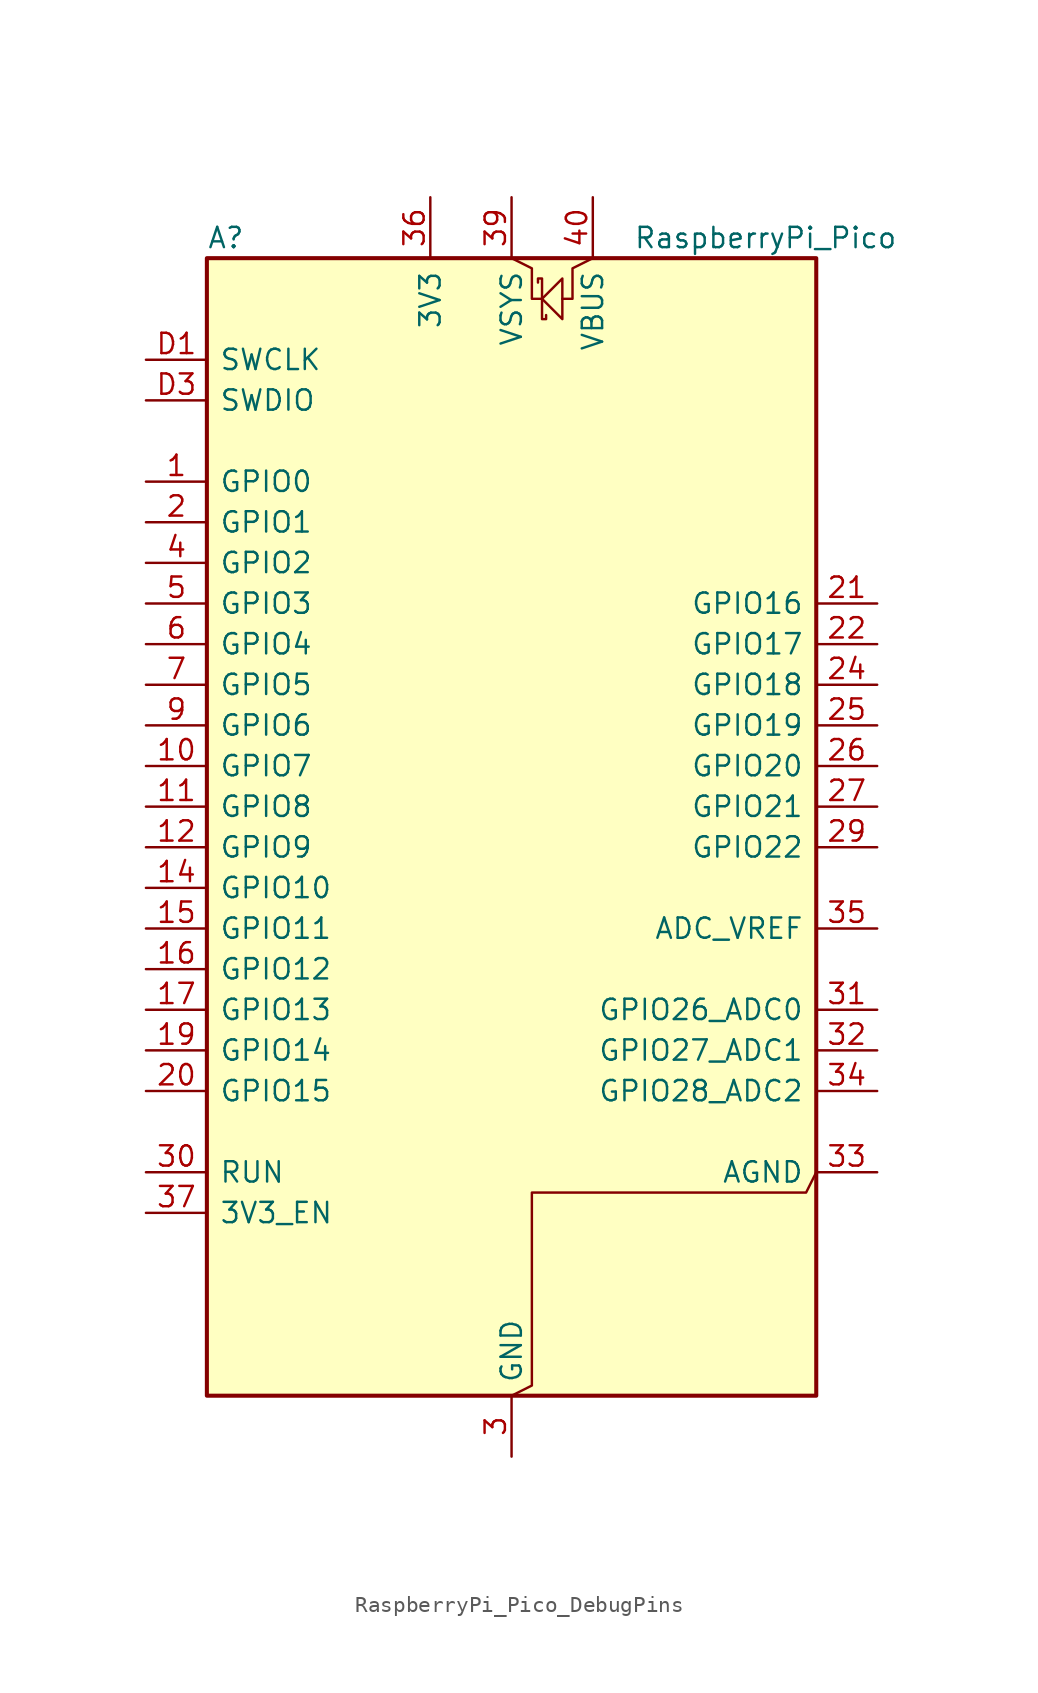
<source format=kicad_sym>
(kicad_symbol_lib
  (version 20231120)
  (generator "kicad_symbol_editor")
  (generator_version "8.0")
  (symbol "RaspberryPi_Pico_DebugPins"
    (pin_names
      (offset 0.762))
    (property "Reference" "A"
      (at -19.05 38.1 0)
      (effects (font (size 1.27 1.27)) (justify left)))
    (property "Value" "RaspberryPi_Pico"
      (at 7.62 38.1 0)
      (effects (font (size 1.27 1.27)) (justify left)))
    (symbol "RaspberryPi_Pico_DebugPins_0_1"
      (rectangle (start -19.05 36.83) (end 19.05 -34.29) (stroke (width 0.254) (type default)) (fill (type background)))
      (polyline (pts (xy 0 36.83) (xy 1.27 36.195) (xy 1.27 34.29) (xy 1.905 34.29)) (stroke (width 0) (type default)) (fill (type none)))
      (polyline (pts (xy 1.905 34.29) (xy 3.175 35.56) (xy 3.175 33.02) (xy 1.905 34.29)) (stroke (width 0) (type default)) (fill (type none)))
      (polyline (pts (xy 5.08 36.83) (xy 3.81 36.195) (xy 3.81 34.29) (xy 3.175 34.29)) (stroke (width 0) (type default)) (fill (type none)))
      (polyline (pts (xy 0 -34.29) (xy 1.27 -33.655) (xy 1.27 -21.59) (xy 18.415 -21.59) (xy 19.05 -20.32)) (stroke (width 0) (type default)) (fill (type none)))
      (polyline (pts (xy 1.651 35.306) (xy 1.651 35.56) (xy 1.905 35.56) (xy 1.905 33.02) (xy 2.159 33.02) (xy 2.159 33.274)) (stroke (width 0) (type default)) (fill (type none))))
    (symbol "RaspberryPi_Pico_DebugPins_1_1"
      (pin bidirectional line (at -22.86 22.86 0) (length 3.81) (name "GPIO0" (effects (font (size 1.27 1.27)))) (number "1" (effects (font (size 1.27 1.27)))) (alternate "I2C0_SDA" bidirectional line) (alternate "PWM0_A" output line) (alternate "SPI0_RX" input line) (alternate "UART0_TX" output line) (alternate "USB_OVCUR_DET" input line))
      (pin bidirectional line (at -22.86 5.08 0) (length 3.81) (name "GPIO7" (effects (font (size 1.27 1.27)))) (number "10" (effects (font (size 1.27 1.27)))) (alternate "I2C1_SCL" bidirectional clock) (alternate "PWM3_B" bidirectional line) (alternate "SPI0_TX" output line) (alternate "UART1_RTS" output line) (alternate "USB_VBUS_DET" input line))
      (pin bidirectional line (at -22.86 2.54 0) (length 3.81) (name "GPIO8" (effects (font (size 1.27 1.27)))) (number "11" (effects (font (size 1.27 1.27)))) (alternate "I2C0_SDA" bidirectional line) (alternate "PWM4_A" output line) (alternate "SPI1_RX" input line) (alternate "UART1_TX" output line) (alternate "USB_VBUS_EN" output line))
      (pin bidirectional line (at -22.86 0 0) (length 3.81) (name "GPIO9" (effects (font (size 1.27 1.27)))) (number "12" (effects (font (size 1.27 1.27)))) (alternate "I2C0_SCL" bidirectional clock) (alternate "PWM4_B" bidirectional line) (alternate "UART1_RX" input line) (alternate "USB_OVCUR_DET" input line) (alternate "~{SPI1_CSn}" bidirectional line))
      (pin passive line (at 0 -38.1 90) (length 3.81) hide (name "GND" (effects (font (size 1.27 1.27)))) (number "13" (effects (font (size 1.27 1.27)))))
      (pin bidirectional line (at -22.86 -2.54 0) (length 3.81) (name "GPIO10" (effects (font (size 1.27 1.27)))) (number "14" (effects (font (size 1.27 1.27)))) (alternate "I2C1_SDA" bidirectional line) (alternate "PWM5_A" output line) (alternate "SPI1_SCK" bidirectional clock) (alternate "UART1_CTS" input line) (alternate "USB_VBUS_DET" input line))
      (pin bidirectional line (at -22.86 -5.08 0) (length 3.81) (name "GPIO11" (effects (font (size 1.27 1.27)))) (number "15" (effects (font (size 1.27 1.27)))) (alternate "I2C1_SCL" bidirectional clock) (alternate "PWM5_B" bidirectional line) (alternate "SPI1_TX" output line) (alternate "UART1_RTS" output line) (alternate "USB_VBUS_EN" output line))
      (pin bidirectional line (at -22.86 -7.62 0) (length 3.81) (name "GPIO12" (effects (font (size 1.27 1.27)))) (number "16" (effects (font (size 1.27 1.27)))) (alternate "I2C0_SDA" bidirectional line) (alternate "PWM6_A" output line) (alternate "SPI1_RX" input line) (alternate "UART0_TX" output line) (alternate "USB_OVCUR_DET" input line))
      (pin bidirectional line (at -22.86 -10.16 0) (length 3.81) (name "GPIO13" (effects (font (size 1.27 1.27)))) (number "17" (effects (font (size 1.27 1.27)))) (alternate "I2C0_SCL" bidirectional clock) (alternate "PWM6_B" bidirectional line) (alternate "UART0_RX" input line) (alternate "USB_VBUS_DET" input line) (alternate "~{SPI1_CSn}" bidirectional line))
      (pin passive line (at 0 -38.1 90) (length 3.81) hide (name "GND" (effects (font (size 1.27 1.27)))) (number "18" (effects (font (size 1.27 1.27)))))
      (pin bidirectional line (at -22.86 -12.7 0) (length 3.81) (name "GPIO14" (effects (font (size 1.27 1.27)))) (number "19" (effects (font (size 1.27 1.27)))) (alternate "I2C1_SDA" bidirectional line) (alternate "PWM7_A" output line) (alternate "SPI1_SCK" bidirectional clock) (alternate "UART0_CTS" input line) (alternate "USB_VBUS_EN" output line))
      (pin bidirectional line (at -22.86 20.32 0) (length 3.81) (name "GPIO1" (effects (font (size 1.27 1.27)))) (number "2" (effects (font (size 1.27 1.27)))) (alternate "I2C0_SCL" bidirectional clock) (alternate "PWM0_B" bidirectional line) (alternate "UART0_RX" input line) (alternate "USB_VBUS_DET" passive line) (alternate "~{SPI0_CSn}" bidirectional line))
      (pin bidirectional line (at -22.86 -15.24 0) (length 3.81) (name "GPIO15" (effects (font (size 1.27 1.27)))) (number "20" (effects (font (size 1.27 1.27)))) (alternate "I2C1_SCL" bidirectional clock) (alternate "PWM7_B" bidirectional line) (alternate "SPI1_TX" output line) (alternate "UART0_RTS" output line) (alternate "USB_OVCUR_DET" input line))
      (pin bidirectional line (at 22.86 15.24 180) (length 3.81) (name "GPIO16" (effects (font (size 1.27 1.27)))) (number "21" (effects (font (size 1.27 1.27)))) (alternate "I2C0_SDA" bidirectional line) (alternate "PWM0_A" output line) (alternate "SPI0_RX" input line) (alternate "UART0_TX" output line) (alternate "USB_VBUS_DET" input line))
      (pin bidirectional line (at 22.86 12.7 180) (length 3.81) (name "GPIO17" (effects (font (size 1.27 1.27)))) (number "22" (effects (font (size 1.27 1.27)))) (alternate "I2C0_SCL" bidirectional clock) (alternate "PWM0_B" bidirectional line) (alternate "UART0_RX" input line) (alternate "USB_VBUS_EN" output line) (alternate "~{SPI0_CSn}" bidirectional line))
      (pin passive line (at 0 -38.1 90) (length 3.81) hide (name "GND" (effects (font (size 1.27 1.27)))) (number "23" (effects (font (size 1.27 1.27)))))
      (pin bidirectional line (at 22.86 10.16 180) (length 3.81) (name "GPIO18" (effects (font (size 1.27 1.27)))) (number "24" (effects (font (size 1.27 1.27)))) (alternate "I2C1_SDA" bidirectional line) (alternate "PWM1_A" output line) (alternate "SPI0_SCK" bidirectional clock) (alternate "UART0_CTS" input line) (alternate "USB_OVCUR_DET" input line))
      (pin bidirectional line (at 22.86 7.62 180) (length 3.81) (name "GPIO19" (effects (font (size 1.27 1.27)))) (number "25" (effects (font (size 1.27 1.27)))) (alternate "I2C1_SCL" bidirectional clock) (alternate "PWM1_B" bidirectional line) (alternate "SPI0_TX" output line) (alternate "UART0_RTS" output line) (alternate "USB_VBUS_DET" input line))
      (pin bidirectional line (at 22.86 5.08 180) (length 3.81) (name "GPIO20" (effects (font (size 1.27 1.27)))) (number "26" (effects (font (size 1.27 1.27)))) (alternate "CLOCK_GPIN0" input clock) (alternate "I2C0_SDA" bidirectional line) (alternate "PWM2_A" output line) (alternate "SPI0_RX" input line) (alternate "UART1_TX" output line) (alternate "USB_VBUS_EN" output line))
      (pin bidirectional line (at 22.86 2.54 180) (length 3.81) (name "GPIO21" (effects (font (size 1.27 1.27)))) (number "27" (effects (font (size 1.27 1.27)))) (alternate "CLOCK_GPOUT0" output clock) (alternate "I2C0_SCL" bidirectional clock) (alternate "PWM2_B" bidirectional line) (alternate "UART1_RX" input line) (alternate "USB_OVCUR_DET" input line) (alternate "~{SPI0_CSn}" bidirectional line))
      (pin passive line (at 0 -38.1 90) (length 3.81) hide (name "GND" (effects (font (size 1.27 1.27)))) (number "28" (effects (font (size 1.27 1.27)))))
      (pin bidirectional line (at 22.86 0 180) (length 3.81) (name "GPIO22" (effects (font (size 1.27 1.27)))) (number "29" (effects (font (size 1.27 1.27)))) (alternate "CLOCK_GPIN1" input clock) (alternate "I2C1_SDA" bidirectional line) (alternate "PWM3_A" output line) (alternate "SPI0_SCK" bidirectional clock) (alternate "UART1_CTS" input line) (alternate "USB_VBUS_DET" input line))
      (pin power_out line (at 0 -38.1 90) (length 3.81) (name "GND" (effects (font (size 1.27 1.27)))) (number "3" (effects (font (size 1.27 1.27)))) (alternate "GND_IN" power_in line))
      (pin input line (at -22.86 -20.32 0) (length 3.81) (name "RUN" (effects (font (size 1.27 1.27)))) (number "30" (effects (font (size 1.27 1.27)))) (alternate "~{RESET}" input line))
      (pin bidirectional line (at 22.86 -10.16 180) (length 3.81) (name "GPIO26_ADC0" (effects (font (size 1.27 1.27)))) (number "31" (effects (font (size 1.27 1.27)))) (alternate "ADC0" input line) (alternate "GPIO26" bidirectional line) (alternate "I2C1_SDA" bidirectional line) (alternate "PWM5_A" output line) (alternate "SPI1_SCK" bidirectional clock) (alternate "UART1_CTS" input line) (alternate "USB_VBUS_EN" output line))
      (pin bidirectional line (at 22.86 -12.7 180) (length 3.81) (name "GPIO27_ADC1" (effects (font (size 1.27 1.27)))) (number "32" (effects (font (size 1.27 1.27)))) (alternate "ADC1" input line) (alternate "GPIO27" bidirectional line) (alternate "I2C1_SCL" bidirectional clock) (alternate "PWM5_B" bidirectional line) (alternate "SPI1_TX" output line) (alternate "UART1_RTS" output line) (alternate "USB_OVCUR_DET" input line))
      (pin power_out line (at 22.86 -20.32 180) (length 3.81) (name "AGND" (effects (font (size 1.27 1.27)))) (number "33" (effects (font (size 1.27 1.27)))) (alternate "GND" passive line))
      (pin bidirectional line (at 22.86 -15.24 180) (length 3.81) (name "GPIO28_ADC2" (effects (font (size 1.27 1.27)))) (number "34" (effects (font (size 1.27 1.27)))) (alternate "ADC2" input line) (alternate "GPIO28" bidirectional line) (alternate "I2C0_SDA" bidirectional line) (alternate "PWM6_A" output line) (alternate "SPI1_RX" input line) (alternate "UART0_TX" output line) (alternate "USB_VBUS_DET" input line))
      (pin power_in line (at 22.86 -5.08 180) (length 3.81) (name "ADC_VREF" (effects (font (size 1.27 1.27)))) (number "35" (effects (font (size 1.27 1.27)))))
      (pin power_out line (at -5.08 40.64 270) (length 3.81) (name "3V3" (effects (font (size 1.27 1.27)))) (number "36" (effects (font (size 1.27 1.27)))))
      (pin input line (at -22.86 -22.86 0) (length 3.81) (name "3V3_EN" (effects (font (size 1.27 1.27)))) (number "37" (effects (font (size 1.27 1.27)))) (alternate "~{3V3_DISABLE}" input line))
      (pin passive line (at 0 -38.1 90) (length 3.81) hide (name "GND" (effects (font (size 1.27 1.27)))) (number "38" (effects (font (size 1.27 1.27)))))
      (pin power_in line (at 0 40.64 270) (length 3.81) (name "VSYS" (effects (font (size 1.27 1.27)))) (number "39" (effects (font (size 1.27 1.27)))) (alternate "VSYS_OUT" power_out line))
      (pin bidirectional line (at -22.86 17.78 0) (length 3.81) (name "GPIO2" (effects (font (size 1.27 1.27)))) (number "4" (effects (font (size 1.27 1.27)))) (alternate "I2C1_SDA" bidirectional line) (alternate "PWM1_A" output line) (alternate "SPI0_SCK" bidirectional clock) (alternate "UART0_CTS" input line) (alternate "USB_VBUS_DET" input line))
      (pin power_out line (at 5.08 40.64 270) (length 3.81) (name "VBUS" (effects (font (size 1.27 1.27)))) (number "40" (effects (font (size 1.27 1.27)))) (alternate "VBUS_IN" power_in line))
      (pin bidirectional line (at -22.86 15.24 0) (length 3.81) (name "GPIO3" (effects (font (size 1.27 1.27)))) (number "5" (effects (font (size 1.27 1.27)))) (alternate "I2C1_SCL" bidirectional clock) (alternate "PWM1_B" bidirectional line) (alternate "SPI0_TX" output line) (alternate "UART0_RTS" output line) (alternate "USB_OVCUR_DET" input line))
      (pin bidirectional line (at -22.86 12.7 0) (length 3.81) (name "GPIO4" (effects (font (size 1.27 1.27)))) (number "6" (effects (font (size 1.27 1.27)))) (alternate "I2C0_SDA" bidirectional line) (alternate "PWM2_A" output line) (alternate "SPI0_RX" input line) (alternate "UART1_TX" output line) (alternate "USB_VBUS_DET" input line))
      (pin bidirectional line (at -22.86 10.16 0) (length 3.81) (name "GPIO5" (effects (font (size 1.27 1.27)))) (number "7" (effects (font (size 1.27 1.27)))) (alternate "I2C0_SCL" bidirectional clock) (alternate "PWM2_B" bidirectional line) (alternate "UART1_RX" input line) (alternate "USB_VBUS_EN" output line) (alternate "~{SPI0_CSn}" bidirectional line))
      (pin passive line (at 0 -38.1 90) (length 3.81) hide (name "GND" (effects (font (size 1.27 1.27)))) (number "8" (effects (font (size 1.27 1.27)))))
      (pin bidirectional line (at -22.86 7.62 0) (length 3.81) (name "GPIO6" (effects (font (size 1.27 1.27)))) (number "9" (effects (font (size 1.27 1.27)))) (alternate "I2C1_SDA" bidirectional line) (alternate "PWM3_A" output line) (alternate "SPI0_SCK" bidirectional clock) (alternate "UART1_CTS" input line) (alternate "USB_OVCUR_DET" input line))
      (pin input line (at -22.86 30.48 0) (length 3.81) (name "SWCLK" (effects (font (size 1.27 1.27)))) (number "D1" (effects (font (size 1.27 1.27)))))
      (pin passive line (at 0 -38.1 90) (length 3.81) hide (name "GND" (effects (font (size 1.27 1.27)))) (number "D2" (effects (font (size 1.27 1.27)))))
      (pin bidirectional line (at -22.86 27.94 0) (length 3.81) (name "SWDIO" (effects (font (size 1.27 1.27)))) (number "D3" (effects (font (size 1.27 1.27))))))))
</source>
